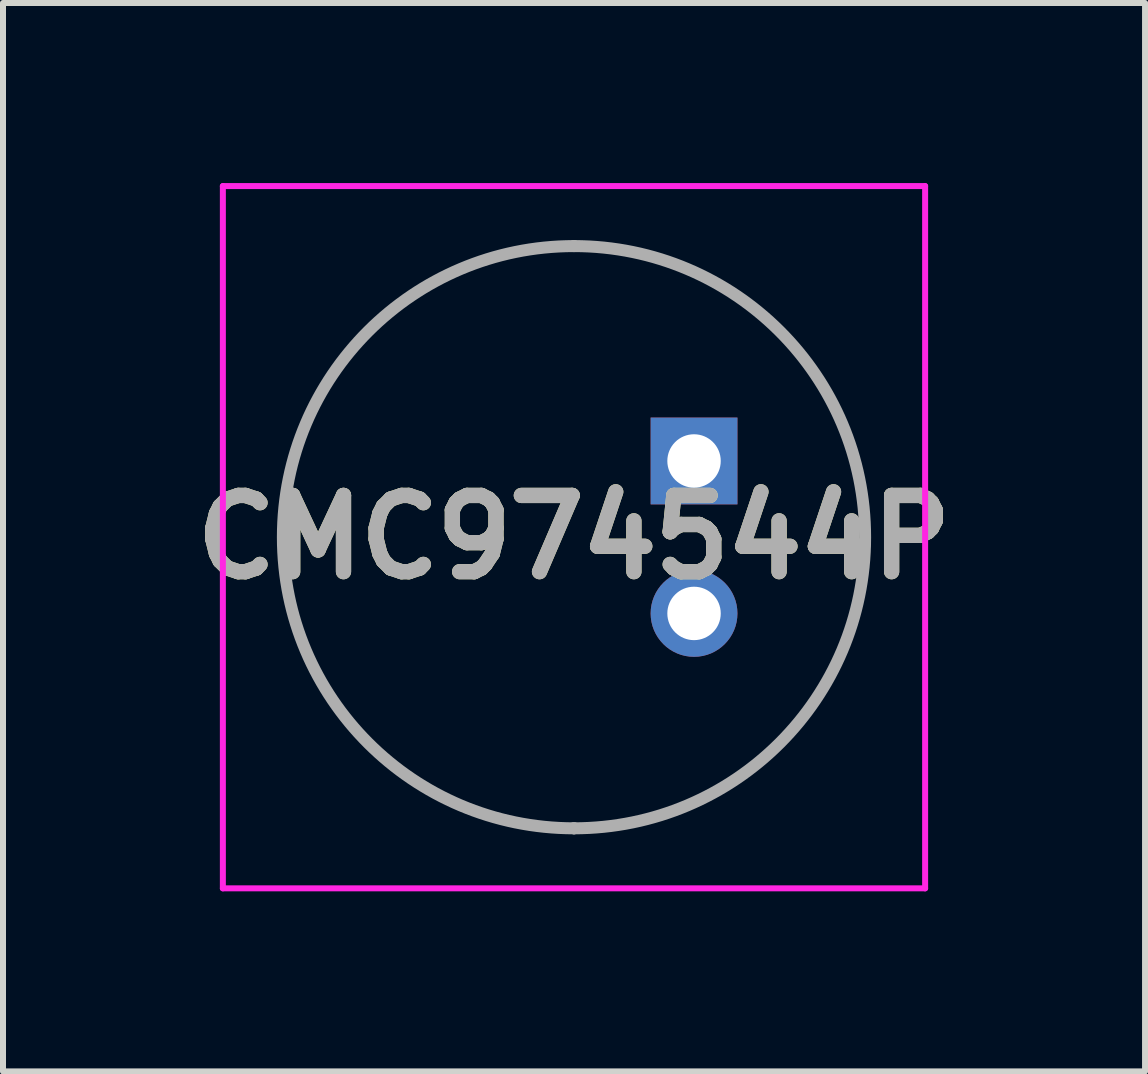
<source format=kicad_pcb>
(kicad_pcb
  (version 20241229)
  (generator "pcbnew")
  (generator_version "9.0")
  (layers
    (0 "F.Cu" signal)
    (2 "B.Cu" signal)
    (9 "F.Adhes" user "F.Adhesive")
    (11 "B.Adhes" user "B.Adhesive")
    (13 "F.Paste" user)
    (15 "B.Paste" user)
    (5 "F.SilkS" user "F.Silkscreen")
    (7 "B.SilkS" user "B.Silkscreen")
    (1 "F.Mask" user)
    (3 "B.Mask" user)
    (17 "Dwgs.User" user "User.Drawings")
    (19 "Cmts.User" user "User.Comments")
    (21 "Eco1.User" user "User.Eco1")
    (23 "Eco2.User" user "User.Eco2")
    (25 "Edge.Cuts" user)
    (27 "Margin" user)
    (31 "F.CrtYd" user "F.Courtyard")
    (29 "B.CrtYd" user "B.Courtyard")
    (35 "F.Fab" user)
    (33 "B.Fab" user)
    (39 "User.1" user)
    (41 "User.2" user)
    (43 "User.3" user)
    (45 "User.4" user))
  (footprint "CMC974544P"
    (layer "F.Cu")
    (at 8.513 4.63)
    (property "Reference" "CMC974544P" (at -2 1.27 0) (layer "F.SilkS") (effects (font (size 1.27 1.27) (thickness 0.254))))
    (attr through_hole)
    (fp_line (start -2 -3.58) (end -2 -3.58) (stroke (width 0.1) (type solid)) (layer "F.SilkS"))
    (fp_line (start -2 6.12) (end -2 6.12) (stroke (width 0.1) (type solid)) (layer "F.SilkS"))
    (fp_arc (start -2 -3.58) (mid 2.85 1.27) (end -2 6.12) (stroke (width 0.1) (type solid)) (layer "F.SilkS"))
    (fp_arc (start -2 6.12) (mid -6.85 1.27) (end -2 -3.58) (stroke (width 0.1) (type solid)) (layer "F.SilkS"))
    (fp_line (start -7.85 -4.58) (end 3.85 -4.58) (stroke (width 0.1) (type solid)) (layer "F.CrtYd"))
    (fp_line (start -7.85 7.12) (end -7.85 -4.58) (stroke (width 0.1) (type solid)) (layer "F.CrtYd"))
    (fp_line (start 3.85 -4.58) (end 3.85 7.12) (stroke (width 0.1) (type solid)) (layer "F.CrtYd"))
    (fp_line (start 3.85 7.12) (end -7.85 7.12) (stroke (width 0.1) (type solid)) (layer "F.CrtYd"))
    (fp_line (start -2 -3.58) (end -2 -3.58) (stroke (width 0.2) (type solid)) (layer "F.Fab"))
    (fp_line (start -2 6.12) (end -2 6.12) (stroke (width 0.2) (type solid)) (layer "F.Fab"))
    (fp_arc (start -2 -3.58) (mid 2.85 1.27) (end -2 6.12) (stroke (width 0.2) (type solid)) (layer "F.Fab"))
    (fp_arc (start -2 6.12) (mid -6.85 1.27) (end -2 -3.58) (stroke (width 0.2) (type solid)) (layer "F.Fab"))
    (fp_text user "${REFERENCE}" (at -2 1.27 0) (layer "F.Fab") (effects (font (size 1.27 1.27) (thickness 0.254))))
    (pad "1" thru_hole rect (at 0 0) (size 1.446 1.446) (drill 0.89) (layers "*.Cu" "*.Mask"))
    (pad "2" thru_hole circle (at 0 2.54) (size 1.446 1.446) (drill 0.89) (layers "*.Cu" "*.Mask")))
  (gr_rect
    (start -3 -3)
    (end 16.027 14.8)
    (stroke (width 0.1) (type default))
    (fill no)
    (layer "Edge.Cuts")))
</source>
